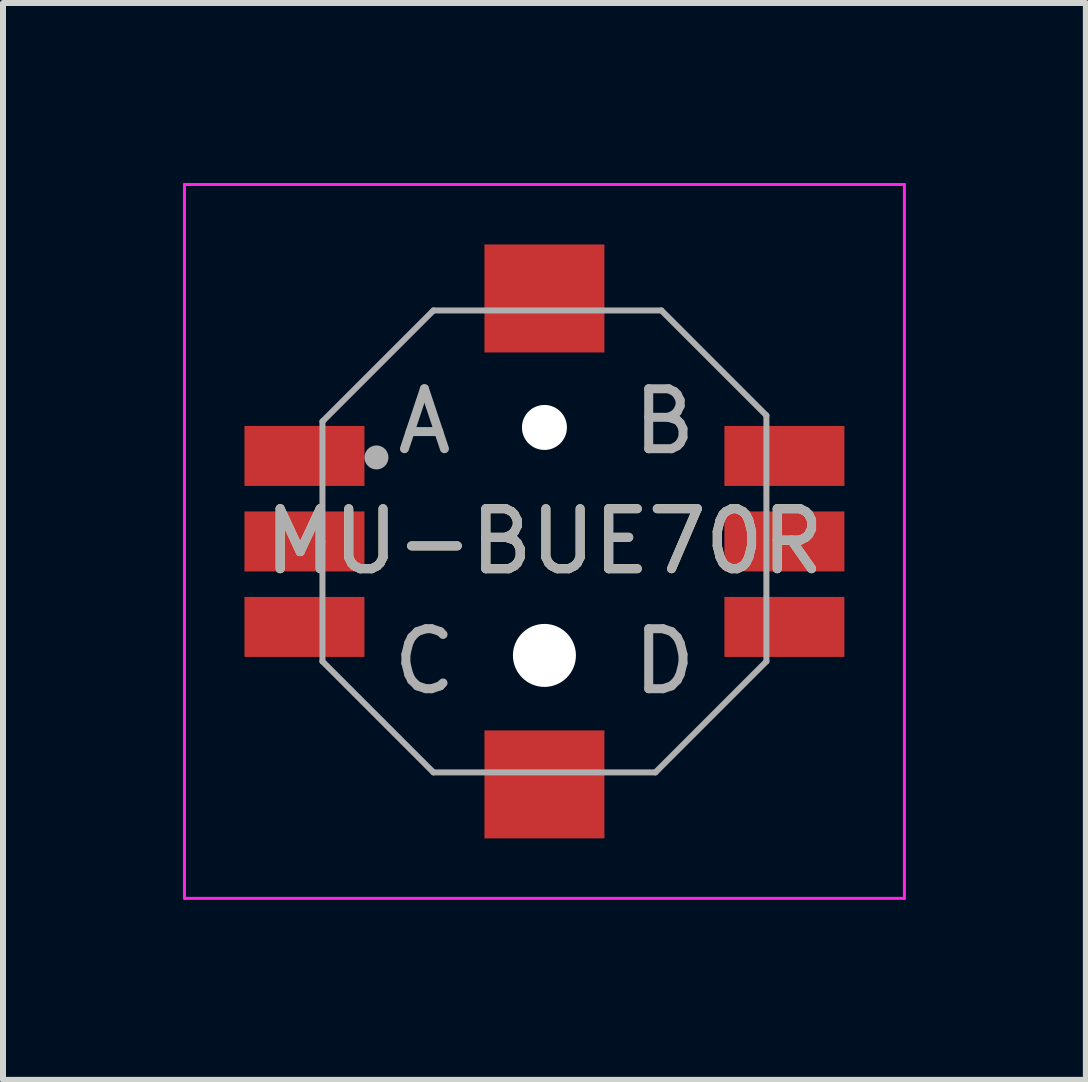
<source format=kicad_pcb>
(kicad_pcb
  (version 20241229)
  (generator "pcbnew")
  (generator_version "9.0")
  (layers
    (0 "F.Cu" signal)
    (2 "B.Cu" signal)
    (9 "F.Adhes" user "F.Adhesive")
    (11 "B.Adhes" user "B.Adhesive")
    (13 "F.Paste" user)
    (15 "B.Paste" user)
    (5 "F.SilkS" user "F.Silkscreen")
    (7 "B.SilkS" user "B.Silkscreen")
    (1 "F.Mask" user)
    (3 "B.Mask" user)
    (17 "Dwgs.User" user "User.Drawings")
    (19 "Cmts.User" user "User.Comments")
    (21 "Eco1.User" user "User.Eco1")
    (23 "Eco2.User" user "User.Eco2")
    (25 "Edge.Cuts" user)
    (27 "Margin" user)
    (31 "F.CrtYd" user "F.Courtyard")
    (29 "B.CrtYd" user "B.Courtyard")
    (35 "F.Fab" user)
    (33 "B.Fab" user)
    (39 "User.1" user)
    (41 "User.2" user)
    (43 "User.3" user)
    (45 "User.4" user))
  (footprint "MU-BUE70R"
    (layer "F.Cu")
    (at 6.025 5.975)
    (property "Reference" "MU-BUE70R" (at 0 0 0) (layer "F.SilkS") (effects (font (size 1 1) (thickness 0.15))))
    (attr through_hole)
    (fp_line (start -6 -5.95) (end 6 -5.95) (stroke (width 0.05) (type solid)) (layer "F.CrtYd"))
    (fp_line (start -6 5.95) (end -6 -5.95) (stroke (width 0.05) (type solid)) (layer "F.CrtYd"))
    (fp_line (start 6 -5.95) (end 6 5.95) (stroke (width 0.05) (type solid)) (layer "F.CrtYd"))
    (fp_line (start 6 5.95) (end -6 5.95) (stroke (width 0.05) (type solid)) (layer "F.CrtYd"))
    (fp_line (start -3.7 -2) (end -3.7 0) (stroke (width 0.1) (type solid)) (layer "F.Fab"))
    (fp_line (start -3.7 0) (end -3.7 2) (stroke (width 0.1) (type solid)) (layer "F.Fab"))
    (fp_line (start -1.85 -3.85) (end -3.7 -2) (stroke (width 0.1) (type solid)) (layer "F.Fab"))
    (fp_line (start -1.85 3.85) (end -3.7 2) (stroke (width 0.1) (type solid)) (layer "F.Fab"))
    (fp_line (start -1.85 3.85) (end 1.85 3.85) (stroke (width 0.1) (type solid)) (layer "F.Fab"))
    (fp_line (start 1.85 3.85) (end 3.7 2) (stroke (width 0.1) (type solid)) (layer "F.Fab"))
    (fp_line (start 1.95 -3.85) (end -1.85 -3.85) (stroke (width 0.1) (type solid)) (layer "F.Fab"))
    (fp_line (start 3.7 -2.1) (end 1.95 -3.85) (stroke (width 0.1) (type solid)) (layer "F.Fab"))
    (fp_line (start 3.7 2) (end 3.7 -2.1) (stroke (width 0.1) (type solid)) (layer "F.Fab"))
    (fp_circle (center -2.8 -1.4) (end -2.7 -1.4) (stroke (width 0.2) (type solid)) (fill no) (layer "F.Fab"))
    (fp_text user "C" (at -2 2 0) (unlocked yes) (layer "F.Fab") (effects (font (size 1 1) (thickness 0.15))))
    (fp_text user "B" (at 2 -2 0) (unlocked yes) (layer "F.Fab") (effects (font (size 1 1) (thickness 0.15))))
    (fp_text user "D" (at 2 2 0) (unlocked yes) (layer "F.Fab") (effects (font (size 1 1) (thickness 0.15))))
    (fp_text user "${REFERENCE}" (at 0 0 0) (layer "F.Fab") (effects (font (size 1 1) (thickness 0.15))))
    (fp_text user "A" (at -2 -2 0) (unlocked yes) (layer "F.Fab") (effects (font (size 1 1) (thickness 0.15))))
    (pad "" np_thru_hole circle (at 0 -1.9) (size 0.75 0.75) (drill 0.75) (layers "*.Cu" "*.Mask"))
    (pad "" np_thru_hole circle (at 0 1.9) (size 1.05 1.05) (drill 1.05) (layers "*.Cu" "*.Mask"))
    (pad "1" smd rect (at -4 -1.425 90) (size 1 2) (layers "F.Cu" "F.Mask" "F.Paste"))
    (pad "2" smd rect (at -4 0 90) (size 1 2) (layers "F.Cu" "F.Mask" "F.Paste"))
    (pad "3" smd rect (at -4 1.425 90) (size 1 2) (layers "F.Cu" "F.Mask" "F.Paste"))
    (pad "4" smd rect (at 4 -1.425 90) (size 1 2) (layers "F.Cu" "F.Mask" "F.Paste"))
    (pad "5" smd rect (at 4 0 90) (size 1 2) (layers "F.Cu" "F.Mask" "F.Paste"))
    (pad "6" smd rect (at 4 1.425 90) (size 1 2) (layers "F.Cu" "F.Mask" "F.Paste"))
    (pad "MP1" smd rect (at 0 -4.05 90) (size 1.8 2) (layers "F.Cu" "F.Mask" "F.Paste"))
    (pad "MP2" smd rect (at 0 4.05 90) (size 1.8 2) (layers "F.Cu" "F.Mask" "F.Paste")))
  (gr_rect
    (start -3 -3)
    (end 15.05 14.95)
    (stroke (width 0.1) (type default))
    (fill no)
    (layer "Edge.Cuts")))
</source>
